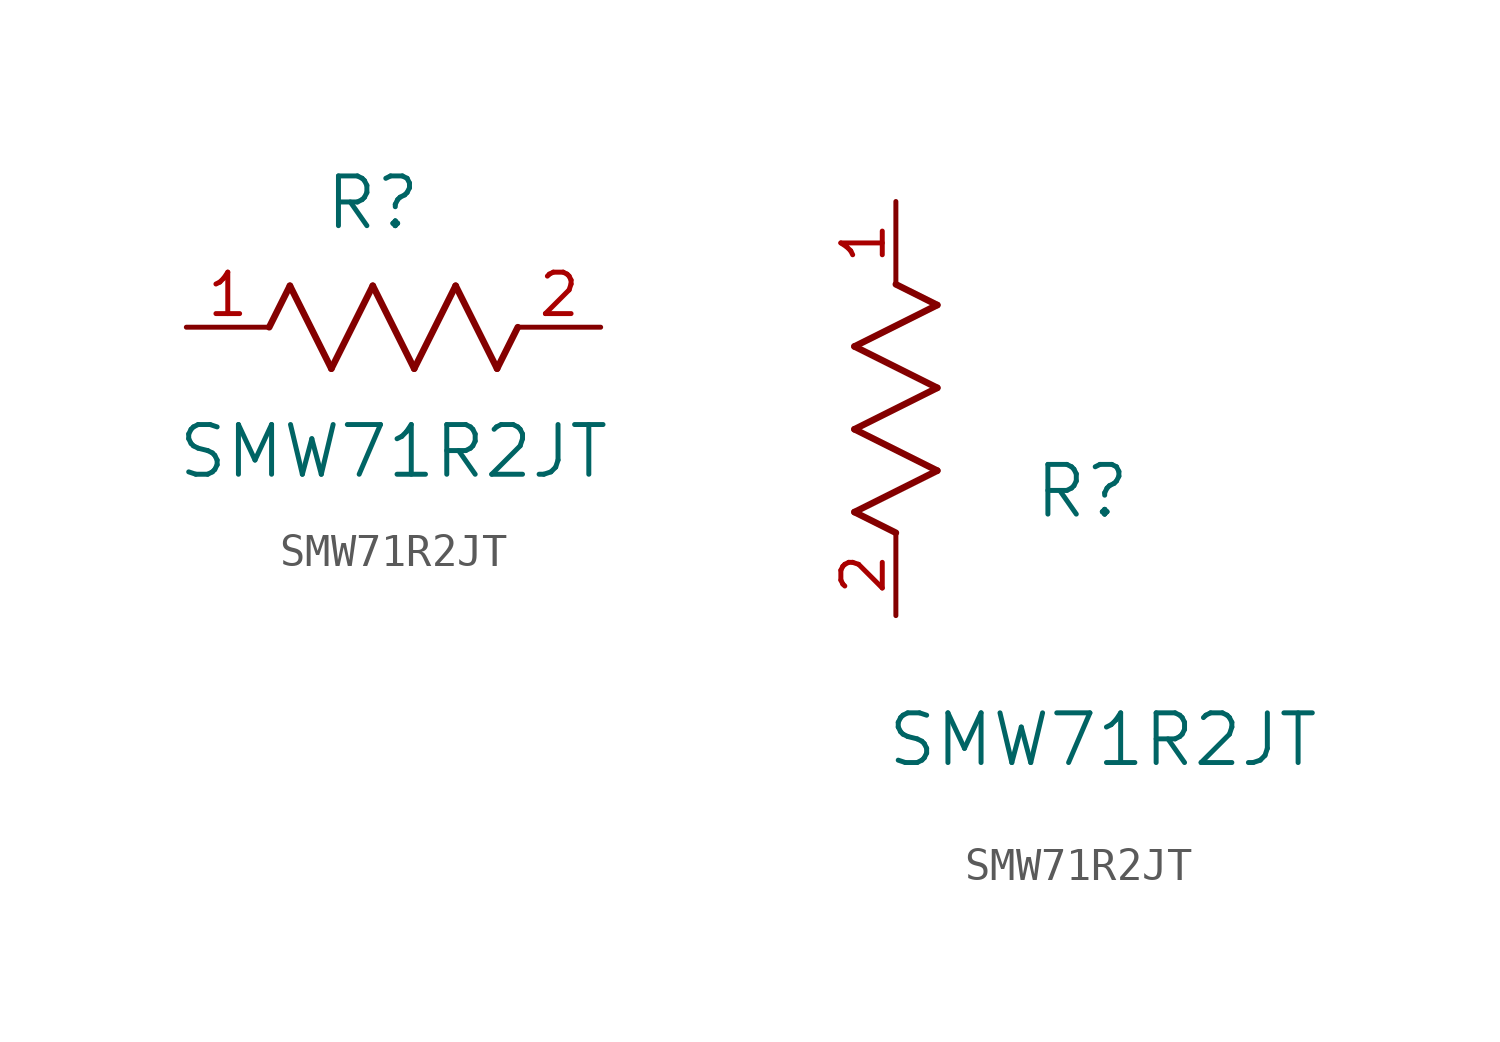
<source format=kicad_sym>
(kicad_symbol_lib
  (version 20211014)
  (generator kicad_symbol_editor)
  (symbol "SMW71R2JT"
    (pin_names
      (offset 0.254))
    (property "Reference" "R"
      (at 5.715 3.81 0)
      (effects (font (size 1.524 1.524))))
    (property "Value" "SMW71R2JT"
      (at 6.35 -3.81 0)
      (effects (font (size 1.524 1.524))))
    (symbol "SMW71R2JT_1_1"
      (polyline (pts (xy 3.175 1.27) (xy 4.445 -1.27)) (stroke (width 0.203) (type default) (color 0 0 0 0)) (fill (type none)))
      (polyline (pts (xy 4.445 -1.27) (xy 5.715 1.27)) (stroke (width 0.203) (type default) (color 0 0 0 0)) (fill (type none)))
      (polyline (pts (xy 5.715 1.27) (xy 6.985 -1.27)) (stroke (width 0.203) (type default) (color 0 0 0 0)) (fill (type none)))
      (polyline (pts (xy 6.985 -1.27) (xy 8.255 1.27)) (stroke (width 0.203) (type default) (color 0 0 0 0)) (fill (type none)))
      (polyline (pts (xy 8.255 1.27) (xy 9.525 -1.27)) (stroke (width 0.203) (type default) (color 0 0 0 0)) (fill (type none)))
      (polyline (pts (xy 2.54 0) (xy 3.175 1.27)) (stroke (width 0.203) (type default) (color 0 0 0 0)) (fill (type none)))
      (polyline (pts (xy 9.525 -1.27) (xy 10.16 0)) (stroke (width 0.203) (type default) (color 0 0 0 0)) (fill (type none)))
      (pin unspecified line (at 0 0 0) (length 2.54) (name "" (effects (font (size 1.27 1.27)))) (number "1" (effects (font (size 1.27 1.27)))))
      (pin unspecified line (at 12.7 0 180) (length 2.54) (name "" (effects (font (size 1.27 1.27)))) (number "2" (effects (font (size 1.27 1.27))))))
    (symbol "SMW71R2JT_1_2"
      (polyline (pts (xy 0 2.54) (xy -1.27 3.175)) (stroke (width 0.203) (type default) (color 0 0 0 0)) (fill (type none)))
      (polyline (pts (xy -1.27 3.175) (xy 1.27 4.445)) (stroke (width 0.203) (type default) (color 0 0 0 0)) (fill (type none)))
      (polyline (pts (xy 1.27 4.445) (xy -1.27 5.715)) (stroke (width 0.203) (type default) (color 0 0 0 0)) (fill (type none)))
      (polyline (pts (xy -1.27 5.715) (xy 1.27 6.985)) (stroke (width 0.203) (type default) (color 0 0 0 0)) (fill (type none)))
      (polyline (pts (xy -1.27 8.255) (xy 1.27 9.525)) (stroke (width 0.203) (type default) (color 0 0 0 0)) (fill (type none)))
      (polyline (pts (xy 1.27 9.525) (xy 0 10.16)) (stroke (width 0.203) (type default) (color 0 0 0 0)) (fill (type none)))
      (polyline (pts (xy 1.27 6.985) (xy -1.27 8.255)) (stroke (width 0.203) (type default) (color 0 0 0 0)) (fill (type none)))
      (pin unspecified line (at 0 12.7 270) (length 2.54) (name "" (effects (font (size 1.27 1.27)))) (number "1" (effects (font (size 1.27 1.27)))))
      (pin unspecified line (at 0 0 90) (length 2.54) (name "" (effects (font (size 1.27 1.27)))) (number "2" (effects (font (size 1.27 1.27))))))))
</source>
